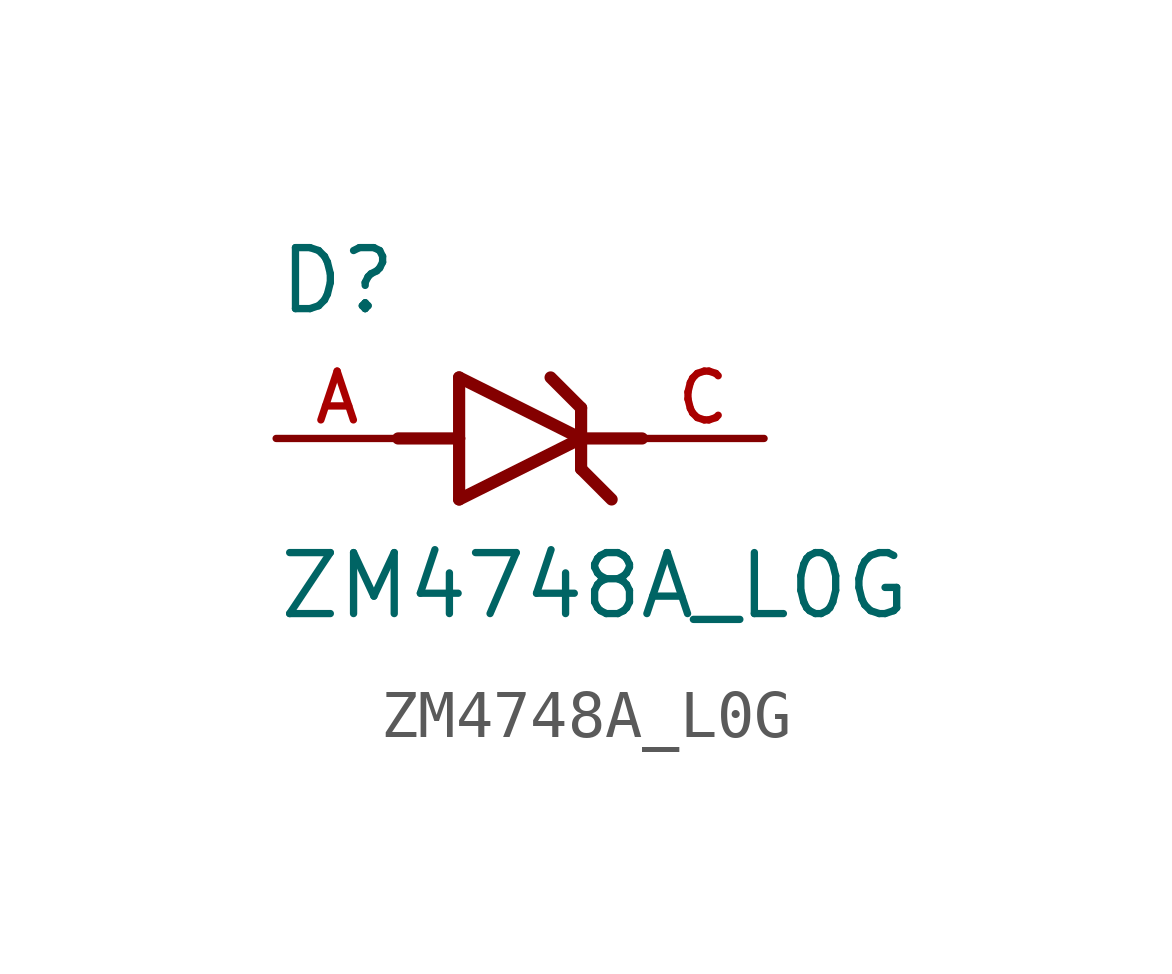
<source format=kicad_sym>
(kicad_symbol_lib
  (version 20211014)
  (generator kicad_symbol_editor)
  (symbol "ZM4748A_L0G"
    (pin_names
      (offset 1.016))
    (property "Reference" "D"
      (at -5.08 2.54 0)
      (effects (font (size 1.27 1.27)) (justify bottom left)))
    (property "Value" "ZM4748A_L0G"
      (at -5.08 -3.81 0)
      (effects (font (size 1.27 1.27)) (justify bottom left)))
    (symbol "ZM4748A_L0G_0_0"
      (polyline (pts (xy -1.27 -1.27) (xy 1.27 0.0)) (stroke (width 0.254)))
      (polyline (pts (xy 1.27 0.0) (xy -1.27 1.27)) (stroke (width 0.254)))
      (polyline (pts (xy 1.27 0.635) (xy 1.27 0.0)) (stroke (width 0.254)))
      (polyline (pts (xy -1.27 1.27) (xy -1.27 0.0)) (stroke (width 0.254)))
      (polyline (pts (xy -1.27 0.0) (xy -1.27 -1.27)) (stroke (width 0.254)))
      (polyline (pts (xy 1.27 0.0) (xy 1.27 -0.635)) (stroke (width 0.254)))
      (polyline (pts (xy -2.54 0.0) (xy -1.27 0.0)) (stroke (width 0.254)))
      (polyline (pts (xy 2.54 0.0) (xy 1.27 0.0)) (stroke (width 0.254)))
      (polyline (pts (xy 0.635 1.27) (xy 1.27 0.635)) (stroke (width 0.254)))
      (polyline (pts (xy 1.27 -0.635) (xy 1.905 -1.27)) (stroke (width 0.254)))
      (pin passive line (at 5.08 0.0 180.0) (length 2.54) (name "~" (effects (font (size 1.016 1.016)))) (number "C" (effects (font (size 1.016 1.016)))))
      (pin passive line (at -5.08 0.0 0) (length 2.54) (name "~" (effects (font (size 1.016 1.016)))) (number "A" (effects (font (size 1.016 1.016))))))))
</source>
